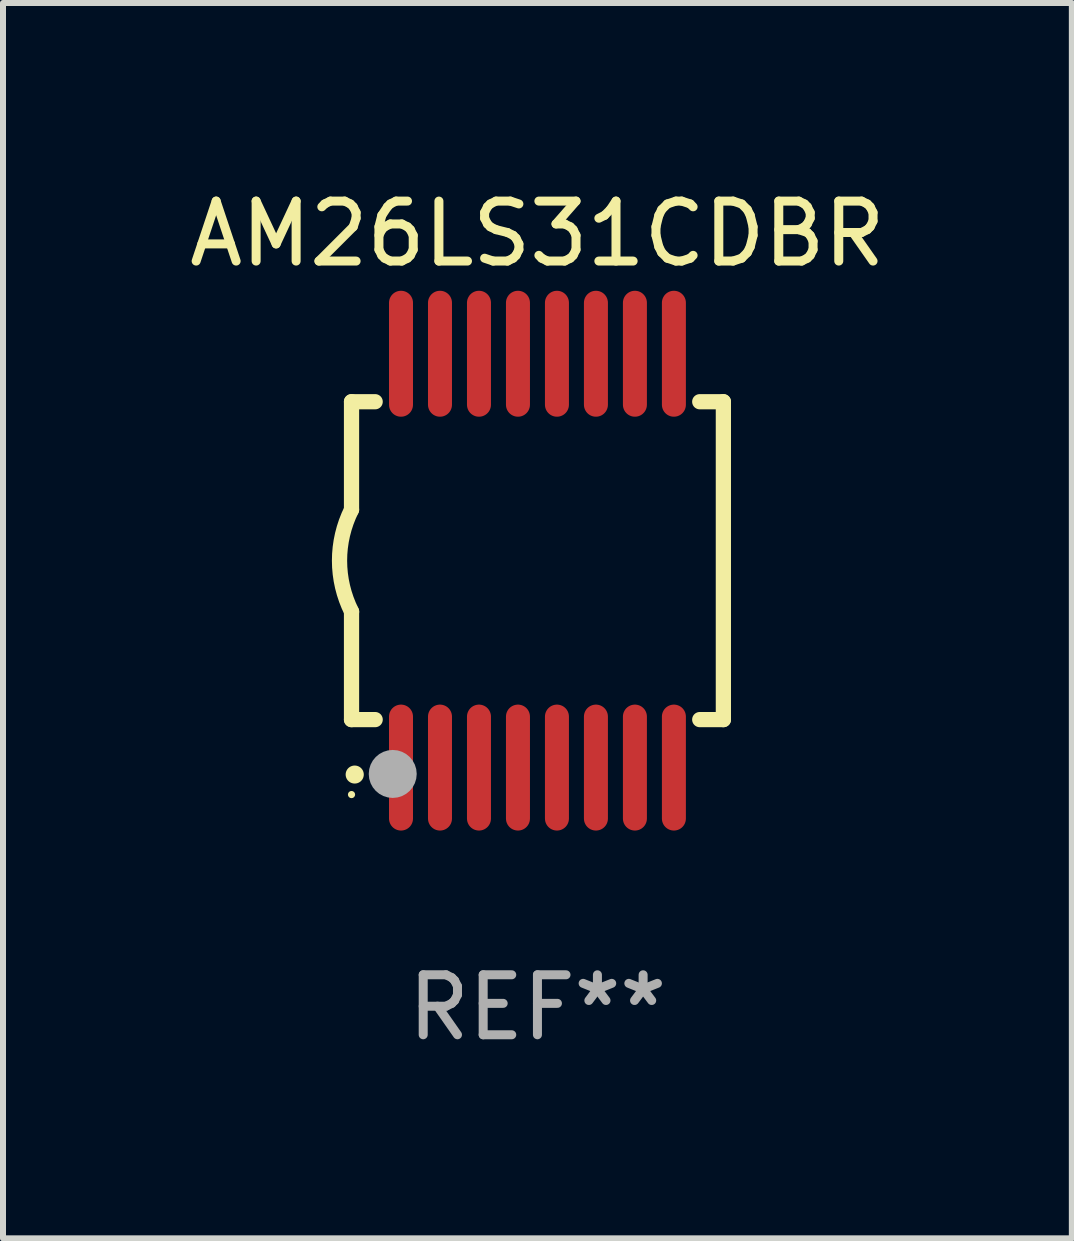
<source format=kicad_pcb>
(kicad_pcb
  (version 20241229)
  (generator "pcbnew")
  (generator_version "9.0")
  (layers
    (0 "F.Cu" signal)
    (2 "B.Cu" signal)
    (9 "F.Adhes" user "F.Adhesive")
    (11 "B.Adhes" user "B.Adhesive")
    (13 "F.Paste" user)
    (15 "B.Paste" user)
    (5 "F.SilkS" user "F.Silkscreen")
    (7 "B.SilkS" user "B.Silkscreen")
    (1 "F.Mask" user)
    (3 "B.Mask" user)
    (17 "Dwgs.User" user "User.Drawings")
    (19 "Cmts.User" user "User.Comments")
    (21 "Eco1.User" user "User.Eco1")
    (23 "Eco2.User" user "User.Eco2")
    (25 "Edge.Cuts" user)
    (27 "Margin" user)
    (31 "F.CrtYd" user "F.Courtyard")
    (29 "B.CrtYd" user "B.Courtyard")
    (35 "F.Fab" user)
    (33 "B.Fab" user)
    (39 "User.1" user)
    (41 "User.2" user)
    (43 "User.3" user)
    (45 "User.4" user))
  (footprint "AM26LS31CDBR"
    (layer "F.Cu")
    (at 5.911 6.298)
    (property "Reference" "AM26LS31CDBR" (at 0 -5.45 0) (layer "F.SilkS") (effects (font (size 1 1) (thickness 0.15))))
    (attr through_hole)
    (fp_line (start -3.1 -2.65) (end -3.1 -0.85) (stroke (width 0.254) (type solid)) (layer "F.SilkS"))
    (fp_line (start -3.1 -2.65) (end -2.706 -2.65) (stroke (width 0.254) (type solid)) (layer "F.SilkS"))
    (fp_line (start -3.1 2.65) (end -3.1 0.85) (stroke (width 0.254) (type solid)) (layer "F.SilkS"))
    (fp_line (start -3.1 2.65) (end -2.706 2.65) (stroke (width 0.254) (type solid)) (layer "F.SilkS"))
    (fp_line (start 2.706 -2.65) (end 3.1 -2.65) (stroke (width 0.254) (type solid)) (layer "F.SilkS"))
    (fp_line (start 2.706 2.65) (end 3.1 2.65) (stroke (width 0.254) (type solid)) (layer "F.SilkS"))
    (fp_line (start 3.1 -2.65) (end 3.1 2.65) (stroke (width 0.254) (type solid)) (layer "F.SilkS"))
    (fp_arc (start -3.098907 0.850902) (mid -3.300057 0.000523) (end -3.1 -0.850114) (stroke (width 0.254001) (type solid)) (layer "F.SilkS"))
    (fp_arc (start -3.048006 3.566066) (mid -3.046736 3.566061) (end -3.045466 3.566066) (stroke (width 0.3) (type solid)) (layer "F.SilkS"))
    (fp_circle (center -3.1 3.9) (end -3.07 3.9) (stroke (width 0.06) (type solid)) (fill no) (layer "F.SilkS"))
    (fp_circle (center -2.413 3.556) (end -2.213 3.556) (stroke (width 0.4) (type solid)) (fill no) (layer "F.Fab"))
    (fp_text user "REF**" (at 0 7.45 0) (layer "F.Fab") (effects (font (size 1 1) (thickness 0.15))))
    (pad "1" smd oval (at -2.275 3.45 180) (size 0.4 2.1) (layers "F.Cu" "F.Mask" "F.Paste"))
    (pad "2" smd oval (at -1.625 3.45 180) (size 0.4 2.1) (layers "F.Cu" "F.Mask" "F.Paste"))
    (pad "3" smd oval (at -0.975 3.45 180) (size 0.4 2.1) (layers "F.Cu" "F.Mask" "F.Paste"))
    (pad "4" smd oval (at -0.325 3.45 180) (size 0.4 2.1) (layers "F.Cu" "F.Mask" "F.Paste"))
    (pad "5" smd oval (at 0.325 3.45 180) (size 0.4 2.1) (layers "F.Cu" "F.Mask" "F.Paste"))
    (pad "6" smd oval (at 0.975 3.45 180) (size 0.4 2.1) (layers "F.Cu" "F.Mask" "F.Paste"))
    (pad "7" smd oval (at 1.625 3.45 180) (size 0.4 2.1) (layers "F.Cu" "F.Mask" "F.Paste"))
    (pad "8" smd oval (at 2.275 3.45 180) (size 0.4 2.1) (layers "F.Cu" "F.Mask" "F.Paste"))
    (pad "9" smd oval (at 2.275 -3.45 180) (size 0.4 2.1) (layers "F.Cu" "F.Mask" "F.Paste"))
    (pad "10" smd oval (at 1.625 -3.45 180) (size 0.4 2.1) (layers "F.Cu" "F.Mask" "F.Paste"))
    (pad "11" smd oval (at 0.975 -3.45 180) (size 0.4 2.1) (layers "F.Cu" "F.Mask" "F.Paste"))
    (pad "12" smd oval (at 0.325 -3.45 180) (size 0.4 2.1) (layers "F.Cu" "F.Mask" "F.Paste"))
    (pad "13" smd oval (at -0.325 -3.45 180) (size 0.4 2.1) (layers "F.Cu" "F.Mask" "F.Paste"))
    (pad "14" smd oval (at -0.975 -3.45 180) (size 0.4 2.1) (layers "F.Cu" "F.Mask" "F.Paste"))
    (pad "15" smd oval (at -1.625 -3.45 180) (size 0.4 2.1) (layers "F.Cu" "F.Mask" "F.Paste"))
    (pad "16" smd oval (at -2.275 -3.45 180) (size 0.4 2.1) (layers "F.Cu" "F.Mask" "F.Paste")))
  (gr_rect
    (start -3 -3)
    (end 14.821 17.597)
    (stroke (width 0.1) (type default))
    (fill no)
    (layer "Edge.Cuts")))
</source>
